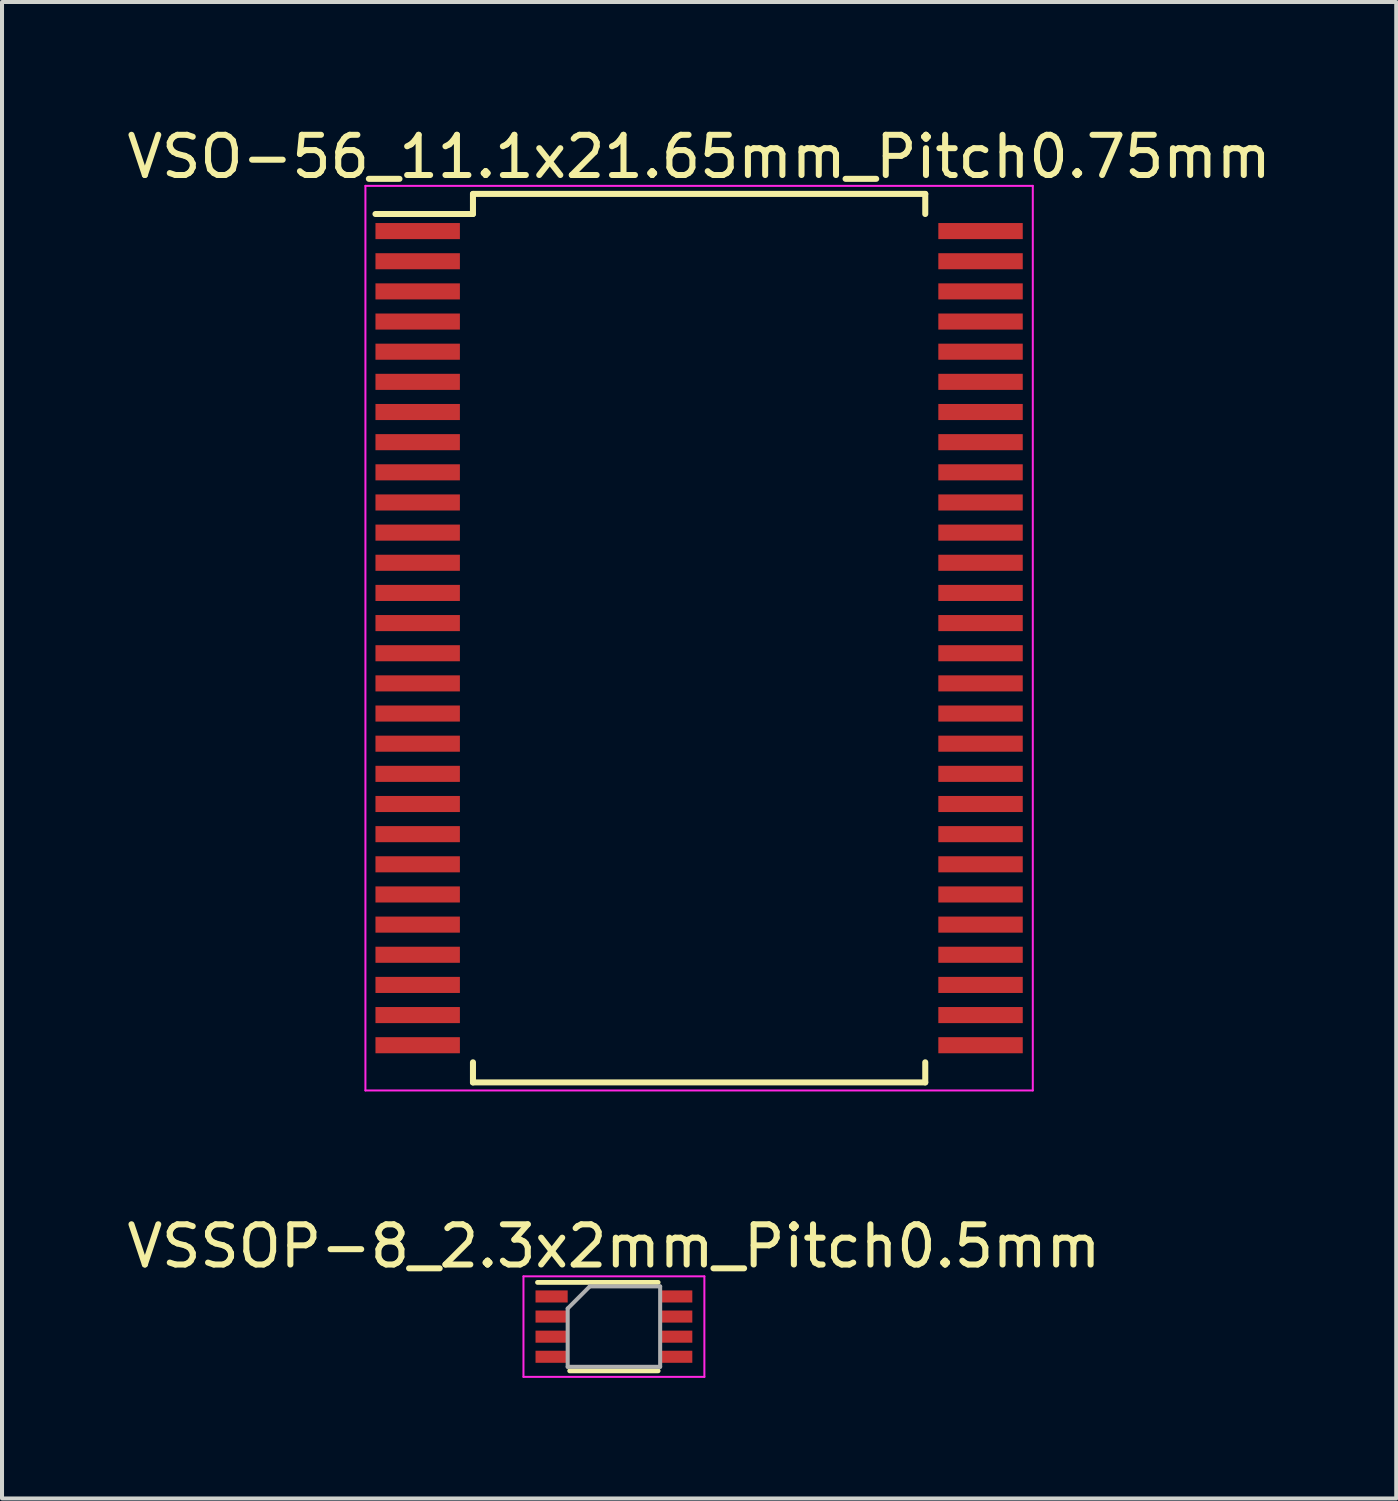
<source format=kicad_pcb>
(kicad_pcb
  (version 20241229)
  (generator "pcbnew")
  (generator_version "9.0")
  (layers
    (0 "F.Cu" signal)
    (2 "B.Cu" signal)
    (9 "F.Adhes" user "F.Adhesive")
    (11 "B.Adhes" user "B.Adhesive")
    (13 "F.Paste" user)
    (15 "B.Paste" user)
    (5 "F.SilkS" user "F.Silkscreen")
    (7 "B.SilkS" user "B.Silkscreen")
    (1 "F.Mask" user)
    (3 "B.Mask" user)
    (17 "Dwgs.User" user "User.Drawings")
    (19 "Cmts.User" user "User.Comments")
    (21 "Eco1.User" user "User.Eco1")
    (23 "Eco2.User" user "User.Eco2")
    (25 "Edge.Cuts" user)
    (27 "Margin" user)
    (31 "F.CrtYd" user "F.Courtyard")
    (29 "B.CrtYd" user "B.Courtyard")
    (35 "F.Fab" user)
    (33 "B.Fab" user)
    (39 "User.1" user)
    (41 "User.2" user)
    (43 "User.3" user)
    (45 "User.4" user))
  (footprint "VSSOP-8_2.3x2mm_Pitch0.5mm"
    (layer "F.Cu")
    (at 12.22 29.947)
    (property "Reference" "VSSOP-8_2.3x2mm_Pitch0.5mm" (at 0 -2 0) (layer "F.SilkS") (effects (font (size 1 1) (thickness 0.15))))
    (attr through_hole)
    (fp_line (start 1.1 -1.1) (end -1.9 -1.1) (stroke (width 0.12) (type solid)) (layer "F.SilkS"))
    (fp_line (start 1.1 1.1) (end -1.1 1.1) (stroke (width 0.12) (type solid)) (layer "F.SilkS"))
    (fp_line (start -2.25 -1.25) (end 2.25 -1.25) (stroke (width 0.05) (type solid)) (layer "F.CrtYd"))
    (fp_line (start -2.25 1.25) (end -2.25 -1.25) (stroke (width 0.05) (type solid)) (layer "F.CrtYd"))
    (fp_line (start 2.25 -1.25) (end 2.25 1.25) (stroke (width 0.05) (type solid)) (layer "F.CrtYd"))
    (fp_line (start 2.25 1.25) (end -2.25 1.25) (stroke (width 0.05) (type solid)) (layer "F.CrtYd"))
    (fp_line (start -1.15 1) (end -1.15 -0.45) (stroke (width 0.1) (type solid)) (layer "F.Fab"))
    (fp_line (start -0.6 -1) (end -1.15 -0.45) (stroke (width 0.1) (type solid)) (layer "F.Fab"))
    (fp_line (start -0.6 -1) (end 1.15 -1) (stroke (width 0.1) (type solid)) (layer "F.Fab"))
    (fp_line (start 1.15 -1) (end 1.15 1) (stroke (width 0.1) (type solid)) (layer "F.Fab"))
    (fp_line (start 1.15 1) (end -1.15 1) (stroke (width 0.1) (type solid)) (layer "F.Fab"))
    (pad "1" smd rect (at -1.55 -0.75 270) (size 0.3 0.8) (layers "F.Cu" "F.Mask" "F.Paste"))
    (pad "2" smd rect (at -1.55 -0.25 270) (size 0.3 0.8) (layers "F.Cu" "F.Mask" "F.Paste"))
    (pad "3" smd rect (at -1.55 0.25 270) (size 0.3 0.8) (layers "F.Cu" "F.Mask" "F.Paste"))
    (pad "4" smd rect (at -1.55 0.75 270) (size 0.3 0.8) (layers "F.Cu" "F.Mask" "F.Paste"))
    (pad "5" smd rect (at 1.55 0.75 270) (size 0.3 0.8) (layers "F.Cu" "F.Mask" "F.Paste"))
    (pad "6" smd rect (at 1.55 0.25 270) (size 0.3 0.8) (layers "F.Cu" "F.Mask" "F.Paste"))
    (pad "7" smd rect (at 1.55 -0.25 270) (size 0.3 0.8) (layers "F.Cu" "F.Mask" "F.Paste"))
    (pad "8" smd rect (at 1.55 -0.75 270) (size 0.3 0.8) (layers "F.Cu" "F.Mask" "F.Paste")))
  (footprint "VSO-56_11.1x21.65mm_Pitch0.75mm"
    (layer "F.Cu")
    (at 14.339 12.823)
    (property "Reference" "VSO-56_11.1x21.65mm_Pitch0.75mm" (at 0 -11.975 0) (layer "F.SilkS") (effects (font (size 1 1) (thickness 0.15))))
    (attr smd)
    (fp_line (start -5.625 -11.05) (end -5.625 -10.55) (stroke (width 0.15) (type solid)) (layer "F.SilkS"))
    (fp_line (start -5.625 -11.05) (end 5.625 -11.05) (stroke (width 0.15) (type solid)) (layer "F.SilkS"))
    (fp_line (start -5.625 -10.55) (end -8.05 -10.55) (stroke (width 0.15) (type solid)) (layer "F.SilkS"))
    (fp_line (start -5.625 11.05) (end -5.625 10.55) (stroke (width 0.15) (type solid)) (layer "F.SilkS"))
    (fp_line (start -5.625 11.05) (end 5.625 11.05) (stroke (width 0.15) (type solid)) (layer "F.SilkS"))
    (fp_line (start 5.625 -11.05) (end 5.625 -10.55) (stroke (width 0.15) (type solid)) (layer "F.SilkS"))
    (fp_line (start 5.625 11.05) (end 5.625 10.55) (stroke (width 0.15) (type solid)) (layer "F.SilkS"))
    (fp_line (start -8.3 -11.25) (end -8.3 11.25) (stroke (width 0.05) (type solid)) (layer "F.CrtYd"))
    (fp_line (start -8.3 -11.25) (end 8.3 -11.25) (stroke (width 0.05) (type solid)) (layer "F.CrtYd"))
    (fp_line (start -8.3 11.25) (end 8.3 11.25) (stroke (width 0.05) (type solid)) (layer "F.CrtYd"))
    (fp_line (start 8.3 -11.25) (end 8.3 11.25) (stroke (width 0.05) (type solid)) (layer "F.CrtYd"))
    (pad "1" smd rect (at -7 -10.125) (size 2.1 0.4) (layers "F.Cu" "F.Mask" "F.Paste"))
    (pad "2" smd rect (at -7 -9.375) (size 2.1 0.4) (layers "F.Cu" "F.Mask" "F.Paste"))
    (pad "3" smd rect (at -7 -8.625) (size 2.1 0.4) (layers "F.Cu" "F.Mask" "F.Paste"))
    (pad "4" smd rect (at -7 -7.875) (size 2.1 0.4) (layers "F.Cu" "F.Mask" "F.Paste"))
    (pad "5" smd rect (at -7 -7.125) (size 2.1 0.4) (layers "F.Cu" "F.Mask" "F.Paste"))
    (pad "6" smd rect (at -7 -6.375) (size 2.1 0.4) (layers "F.Cu" "F.Mask" "F.Paste"))
    (pad "7" smd rect (at -7 -5.625) (size 2.1 0.4) (layers "F.Cu" "F.Mask" "F.Paste"))
    (pad "8" smd rect (at -7 -4.875) (size 2.1 0.4) (layers "F.Cu" "F.Mask" "F.Paste"))
    (pad "9" smd rect (at -7 -4.125) (size 2.1 0.4) (layers "F.Cu" "F.Mask" "F.Paste"))
    (pad "10" smd rect (at -7 -3.375) (size 2.1 0.4) (layers "F.Cu" "F.Mask" "F.Paste"))
    (pad "11" smd rect (at -7 -2.625) (size 2.1 0.4) (layers "F.Cu" "F.Mask" "F.Paste"))
    (pad "12" smd rect (at -7 -1.875) (size 2.1 0.4) (layers "F.Cu" "F.Mask" "F.Paste"))
    (pad "13" smd rect (at -7 -1.125) (size 2.1 0.4) (layers "F.Cu" "F.Mask" "F.Paste"))
    (pad "14" smd rect (at -7 -0.375) (size 2.1 0.4) (layers "F.Cu" "F.Mask" "F.Paste"))
    (pad "15" smd rect (at -7 0.375) (size 2.1 0.4) (layers "F.Cu" "F.Mask" "F.Paste"))
    (pad "16" smd rect (at -7 1.125) (size 2.1 0.4) (layers "F.Cu" "F.Mask" "F.Paste"))
    (pad "17" smd rect (at -7 1.875) (size 2.1 0.4) (layers "F.Cu" "F.Mask" "F.Paste"))
    (pad "18" smd rect (at -7 2.625) (size 2.1 0.4) (layers "F.Cu" "F.Mask" "F.Paste"))
    (pad "19" smd rect (at -7 3.375) (size 2.1 0.4) (layers "F.Cu" "F.Mask" "F.Paste"))
    (pad "20" smd rect (at -7 4.125) (size 2.1 0.4) (layers "F.Cu" "F.Mask" "F.Paste"))
    (pad "21" smd rect (at -7 4.875) (size 2.1 0.4) (layers "F.Cu" "F.Mask" "F.Paste"))
    (pad "22" smd rect (at -7 5.625) (size 2.1 0.4) (layers "F.Cu" "F.Mask" "F.Paste"))
    (pad "23" smd rect (at -7 6.375) (size 2.1 0.4) (layers "F.Cu" "F.Mask" "F.Paste"))
    (pad "24" smd rect (at -7 7.125) (size 2.1 0.4) (layers "F.Cu" "F.Mask" "F.Paste"))
    (pad "25" smd rect (at -7 7.875) (size 2.1 0.4) (layers "F.Cu" "F.Mask" "F.Paste"))
    (pad "26" smd rect (at -7 8.625) (size 2.1 0.4) (layers "F.Cu" "F.Mask" "F.Paste"))
    (pad "27" smd rect (at -7 9.375) (size 2.1 0.4) (layers "F.Cu" "F.Mask" "F.Paste"))
    (pad "28" smd rect (at -7 10.125) (size 2.1 0.4) (layers "F.Cu" "F.Mask" "F.Paste"))
    (pad "29" smd rect (at 7 10.125) (size 2.1 0.4) (layers "F.Cu" "F.Mask" "F.Paste"))
    (pad "30" smd rect (at 7 9.375) (size 2.1 0.4) (layers "F.Cu" "F.Mask" "F.Paste"))
    (pad "31" smd rect (at 7 8.625) (size 2.1 0.4) (layers "F.Cu" "F.Mask" "F.Paste"))
    (pad "32" smd rect (at 7 7.875) (size 2.1 0.4) (layers "F.Cu" "F.Mask" "F.Paste"))
    (pad "33" smd rect (at 7 7.125) (size 2.1 0.4) (layers "F.Cu" "F.Mask" "F.Paste"))
    (pad "34" smd rect (at 7 6.375) (size 2.1 0.4) (layers "F.Cu" "F.Mask" "F.Paste"))
    (pad "35" smd rect (at 7 5.625) (size 2.1 0.4) (layers "F.Cu" "F.Mask" "F.Paste"))
    (pad "36" smd rect (at 7 4.875) (size 2.1 0.4) (layers "F.Cu" "F.Mask" "F.Paste"))
    (pad "37" smd rect (at 7 4.125) (size 2.1 0.4) (layers "F.Cu" "F.Mask" "F.Paste"))
    (pad "38" smd rect (at 7 3.375) (size 2.1 0.4) (layers "F.Cu" "F.Mask" "F.Paste"))
    (pad "39" smd rect (at 7 2.625) (size 2.1 0.4) (layers "F.Cu" "F.Mask" "F.Paste"))
    (pad "40" smd rect (at 7 1.875) (size 2.1 0.4) (layers "F.Cu" "F.Mask" "F.Paste"))
    (pad "41" smd rect (at 7 1.125) (size 2.1 0.4) (layers "F.Cu" "F.Mask" "F.Paste"))
    (pad "42" smd rect (at 7 0.375) (size 2.1 0.4) (layers "F.Cu" "F.Mask" "F.Paste"))
    (pad "43" smd rect (at 7 -0.375) (size 2.1 0.4) (layers "F.Cu" "F.Mask" "F.Paste"))
    (pad "44" smd rect (at 7 -1.125) (size 2.1 0.4) (layers "F.Cu" "F.Mask" "F.Paste"))
    (pad "45" smd rect (at 7 -1.875) (size 2.1 0.4) (layers "F.Cu" "F.Mask" "F.Paste"))
    (pad "46" smd rect (at 7 -2.625) (size 2.1 0.4) (layers "F.Cu" "F.Mask" "F.Paste"))
    (pad "47" smd rect (at 7 -3.375) (size 2.1 0.4) (layers "F.Cu" "F.Mask" "F.Paste"))
    (pad "48" smd rect (at 7 -4.125) (size 2.1 0.4) (layers "F.Cu" "F.Mask" "F.Paste"))
    (pad "49" smd rect (at 7 -4.875) (size 2.1 0.4) (layers "F.Cu" "F.Mask" "F.Paste"))
    (pad "50" smd rect (at 7 -5.625) (size 2.1 0.4) (layers "F.Cu" "F.Mask" "F.Paste"))
    (pad "51" smd rect (at 7 -6.375) (size 2.1 0.4) (layers "F.Cu" "F.Mask" "F.Paste"))
    (pad "52" smd rect (at 7 -7.125) (size 2.1 0.4) (layers "F.Cu" "F.Mask" "F.Paste"))
    (pad "53" smd rect (at 7 -7.875) (size 2.1 0.4) (layers "F.Cu" "F.Mask" "F.Paste"))
    (pad "54" smd rect (at 7 -8.625) (size 2.1 0.4) (layers "F.Cu" "F.Mask" "F.Paste"))
    (pad "55" smd rect (at 7 -9.375) (size 2.1 0.4) (layers "F.Cu" "F.Mask" "F.Paste"))
    (pad "56" smd rect (at 7 -10.125) (size 2.1 0.4) (layers "F.Cu" "F.Mask" "F.Paste")))
  (gr_rect
    (start -3 -3)
    (end 31.679 34.221)
    (stroke (width 0.1) (type default))
    (fill no)
    (layer "Edge.Cuts")))
</source>
